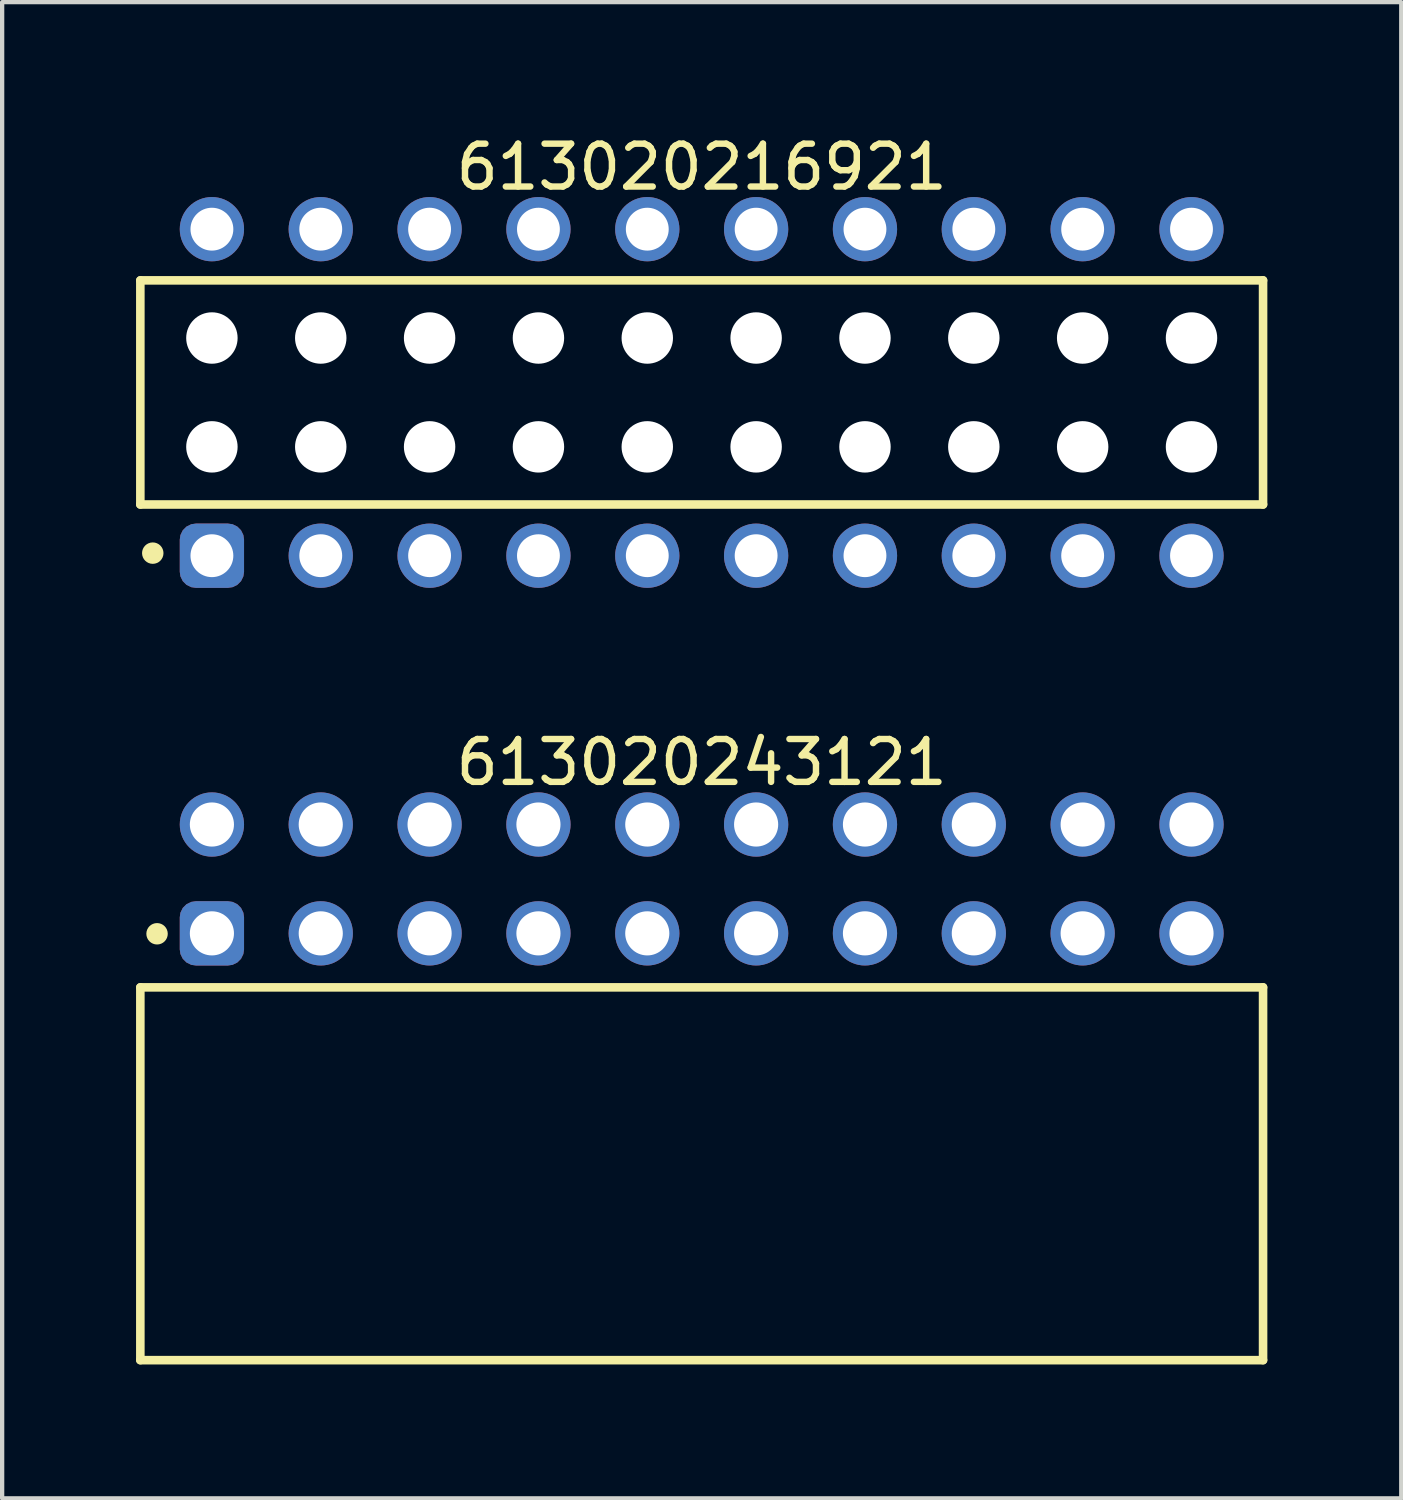
<source format=kicad_pcb>
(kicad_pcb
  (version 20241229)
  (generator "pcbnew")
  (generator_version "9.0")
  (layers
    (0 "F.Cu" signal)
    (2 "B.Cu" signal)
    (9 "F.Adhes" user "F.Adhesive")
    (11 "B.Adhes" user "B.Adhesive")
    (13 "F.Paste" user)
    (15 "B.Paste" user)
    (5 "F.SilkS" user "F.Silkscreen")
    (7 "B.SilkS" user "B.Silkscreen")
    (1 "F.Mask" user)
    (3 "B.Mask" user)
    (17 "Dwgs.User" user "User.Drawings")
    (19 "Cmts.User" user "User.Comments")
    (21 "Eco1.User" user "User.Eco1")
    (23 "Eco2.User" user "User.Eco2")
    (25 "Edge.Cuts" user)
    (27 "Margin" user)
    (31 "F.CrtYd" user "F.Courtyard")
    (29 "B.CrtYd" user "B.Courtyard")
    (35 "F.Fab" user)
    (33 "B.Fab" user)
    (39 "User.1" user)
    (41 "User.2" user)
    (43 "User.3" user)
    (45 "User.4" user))
  (footprint "613020243121"
    (layer "F.Cu")
    (at 13.325 24.341)
    (property "Reference" "613020243121" (at 0 -9.6 0) (layer "F.SilkS") (effects (font (size 1 1) (thickness 0.15))))
    (fp_line (start -13.1 -4.35) (end 13.1 -4.35) (stroke (width 0.2) (type solid)) (layer "F.SilkS"))
    (fp_line (start -13.1 4.35) (end -13.1 -4.35) (stroke (width 0.2) (type solid)) (layer "F.SilkS"))
    (fp_line (start -13.1 4.35) (end 13.1 4.35) (stroke (width 0.2) (type solid)) (layer "F.SilkS"))
    (fp_line (start 13.1 4.35) (end 13.1 -4.35) (stroke (width 0.2) (type solid)) (layer "F.SilkS"))
    (fp_circle (center -12.71 -5.6) (end -12.71 -5.725) (stroke (width 0.25) (type solid)) (fill no) (layer "F.SilkS"))
    (fp_line (start -13.3 -9.1) (end 13.3 -9.1) (stroke (width 0.05) (type solid)) (layer "Eco2.User"))
    (fp_line (start -13.3 4.55) (end -13.3 -9.1) (stroke (width 0.05) (type solid)) (layer "Eco2.User"))
    (fp_line (start -13.3 4.55) (end 13.3 4.55) (stroke (width 0.05) (type solid)) (layer "Eco2.User"))
    (fp_line (start -12.95 -4.25) (end 12.95 -4.25) (stroke (width 0.1) (type solid)) (layer "Eco2.User"))
    (fp_line (start -12.95 4.25) (end -12.95 -4.25) (stroke (width 0.1) (type solid)) (layer "Eco2.User"))
    (fp_line (start -12.95 4.25) (end 12.95 4.25) (stroke (width 0.1) (type solid)) (layer "Eco2.User"))
    (fp_line (start -11.8 -8.35) (end -11.06 -8.35) (stroke (width 0.1) (type solid)) (layer "Eco2.User"))
    (fp_line (start -11.8 -5.81) (end -11.06 -5.81) (stroke (width 0.1) (type solid)) (layer "Eco2.User"))
    (fp_line (start -11.8 -4.25) (end -11.8 -8.35) (stroke (width 0.1) (type solid)) (layer "Eco2.User"))
    (fp_line (start -11.06 -4.25) (end -11.06 -8.35) (stroke (width 0.1) (type solid)) (layer "Eco2.User"))
    (fp_line (start -9.26 -8.35) (end -8.52 -8.35) (stroke (width 0.1) (type solid)) (layer "Eco2.User"))
    (fp_line (start -9.26 -5.81) (end -8.52 -5.81) (stroke (width 0.1) (type solid)) (layer "Eco2.User"))
    (fp_line (start -9.26 -4.25) (end -9.26 -8.35) (stroke (width 0.1) (type solid)) (layer "Eco2.User"))
    (fp_line (start -8.52 -4.25) (end -8.52 -8.35) (stroke (width 0.1) (type solid)) (layer "Eco2.User"))
    (fp_line (start -6.72 -8.35) (end -5.98 -8.35) (stroke (width 0.1) (type solid)) (layer "Eco2.User"))
    (fp_line (start -6.72 -5.81) (end -5.98 -5.81) (stroke (width 0.1) (type solid)) (layer "Eco2.User"))
    (fp_line (start -6.72 -4.25) (end -6.72 -8.35) (stroke (width 0.1) (type solid)) (layer "Eco2.User"))
    (fp_line (start -5.98 -4.25) (end -5.98 -8.35) (stroke (width 0.1) (type solid)) (layer "Eco2.User"))
    (fp_line (start -4.18 -8.35) (end -3.44 -8.35) (stroke (width 0.1) (type solid)) (layer "Eco2.User"))
    (fp_line (start -4.18 -5.81) (end -3.44 -5.81) (stroke (width 0.1) (type solid)) (layer "Eco2.User"))
    (fp_line (start -4.18 -4.25) (end -4.18 -8.35) (stroke (width 0.1) (type solid)) (layer "Eco2.User"))
    (fp_line (start -3.44 -4.25) (end -3.44 -8.35) (stroke (width 0.1) (type solid)) (layer "Eco2.User"))
    (fp_line (start -1.64 -8.35) (end -0.9 -8.35) (stroke (width 0.1) (type solid)) (layer "Eco2.User"))
    (fp_line (start -1.64 -5.81) (end -0.9 -5.81) (stroke (width 0.1) (type solid)) (layer "Eco2.User"))
    (fp_line (start -1.64 -4.25) (end -1.64 -8.35) (stroke (width 0.1) (type solid)) (layer "Eco2.User"))
    (fp_line (start -0.9 -4.25) (end -0.9 -8.35) (stroke (width 0.1) (type solid)) (layer "Eco2.User"))
    (fp_line (start -0.5 0) (end 0.5 0) (stroke (width 0.05) (type solid)) (layer "Eco2.User"))
    (fp_line (start 0 0.5) (end 0 -0.5) (stroke (width 0.05) (type solid)) (layer "Eco2.User"))
    (fp_line (start 0.9 -8.35) (end 1.64 -8.35) (stroke (width 0.1) (type solid)) (layer "Eco2.User"))
    (fp_line (start 0.9 -5.81) (end 1.64 -5.81) (stroke (width 0.1) (type solid)) (layer "Eco2.User"))
    (fp_line (start 0.9 -4.25) (end 0.9 -8.35) (stroke (width 0.1) (type solid)) (layer "Eco2.User"))
    (fp_line (start 1.64 -4.25) (end 1.64 -8.35) (stroke (width 0.1) (type solid)) (layer "Eco2.User"))
    (fp_line (start 3.44 -8.35) (end 4.18 -8.35) (stroke (width 0.1) (type solid)) (layer "Eco2.User"))
    (fp_line (start 3.44 -5.81) (end 4.18 -5.81) (stroke (width 0.1) (type solid)) (layer "Eco2.User"))
    (fp_line (start 3.44 -4.25) (end 3.44 -8.35) (stroke (width 0.1) (type solid)) (layer "Eco2.User"))
    (fp_line (start 4.18 -4.25) (end 4.18 -8.35) (stroke (width 0.1) (type solid)) (layer "Eco2.User"))
    (fp_line (start 5.98 -8.35) (end 6.72 -8.35) (stroke (width 0.1) (type solid)) (layer "Eco2.User"))
    (fp_line (start 5.98 -5.81) (end 6.72 -5.81) (stroke (width 0.1) (type solid)) (layer "Eco2.User"))
    (fp_line (start 5.98 -4.25) (end 5.98 -8.35) (stroke (width 0.1) (type solid)) (layer "Eco2.User"))
    (fp_line (start 6.72 -4.25) (end 6.72 -8.35) (stroke (width 0.1) (type solid)) (layer "Eco2.User"))
    (fp_line (start 8.52 -8.35) (end 9.26 -8.35) (stroke (width 0.1) (type solid)) (layer "Eco2.User"))
    (fp_line (start 8.52 -5.81) (end 9.26 -5.81) (stroke (width 0.1) (type solid)) (layer "Eco2.User"))
    (fp_line (start 8.52 -4.25) (end 8.52 -8.35) (stroke (width 0.1) (type solid)) (layer "Eco2.User"))
    (fp_line (start 9.26 -4.25) (end 9.26 -8.35) (stroke (width 0.1) (type solid)) (layer "Eco2.User"))
    (fp_line (start 11.06 -8.35) (end 11.8 -8.35) (stroke (width 0.1) (type solid)) (layer "Eco2.User"))
    (fp_line (start 11.06 -5.81) (end 11.8 -5.81) (stroke (width 0.1) (type solid)) (layer "Eco2.User"))
    (fp_line (start 11.06 -4.25) (end 11.06 -8.35) (stroke (width 0.1) (type solid)) (layer "Eco2.User"))
    (fp_line (start 11.8 -4.25) (end 11.8 -8.35) (stroke (width 0.1) (type solid)) (layer "Eco2.User"))
    (fp_line (start 12.95 4.25) (end 12.95 -4.25) (stroke (width 0.1) (type solid)) (layer "Eco2.User"))
    (fp_line (start 13.3 4.55) (end 13.3 -9.1) (stroke (width 0.05) (type solid)) (layer "Eco2.User"))
    (fp_text user "${REFERENCE}" (at 0.15 -0.197 0) (unlocked yes) (layer "User.3") (effects (font (size 1.5 1.5) (thickness 0.15))))
    (pad "1" thru_hole roundrect (at -11.43 -5.61) (size 1.5 1.5) (drill 1.03) (layers "*.Cu" "*.Mask") (roundrect_rratio 0.25))
    (pad "2" thru_hole circle (at -11.43 -8.15) (size 1.5 1.5) (drill 1.03) (layers "*.Cu" "*.Mask"))
    (pad "3" thru_hole circle (at -8.89 -5.61) (size 1.5 1.5) (drill 1.03) (layers "*.Cu" "*.Mask"))
    (pad "4" thru_hole circle (at -8.89 -8.15) (size 1.5 1.5) (drill 1.03) (layers "*.Cu" "*.Mask"))
    (pad "5" thru_hole circle (at -6.35 -5.61) (size 1.5 1.5) (drill 1.03) (layers "*.Cu" "*.Mask"))
    (pad "6" thru_hole circle (at -6.35 -8.15) (size 1.5 1.5) (drill 1.03) (layers "*.Cu" "*.Mask"))
    (pad "7" thru_hole circle (at -3.81 -5.61) (size 1.5 1.5) (drill 1.03) (layers "*.Cu" "*.Mask"))
    (pad "8" thru_hole circle (at -3.81 -8.15) (size 1.5 1.5) (drill 1.03) (layers "*.Cu" "*.Mask"))
    (pad "9" thru_hole circle (at -1.27 -5.61) (size 1.5 1.5) (drill 1.03) (layers "*.Cu" "*.Mask"))
    (pad "10" thru_hole circle (at -1.27 -8.15) (size 1.5 1.5) (drill 1.03) (layers "*.Cu" "*.Mask"))
    (pad "11" thru_hole circle (at 1.27 -5.61) (size 1.5 1.5) (drill 1.03) (layers "*.Cu" "*.Mask"))
    (pad "12" thru_hole circle (at 1.27 -8.15) (size 1.5 1.5) (drill 1.03) (layers "*.Cu" "*.Mask"))
    (pad "13" thru_hole circle (at 3.81 -5.61) (size 1.5 1.5) (drill 1.03) (layers "*.Cu" "*.Mask"))
    (pad "14" thru_hole circle (at 3.81 -8.15) (size 1.5 1.5) (drill 1.03) (layers "*.Cu" "*.Mask"))
    (pad "15" thru_hole circle (at 6.35 -5.61) (size 1.5 1.5) (drill 1.03) (layers "*.Cu" "*.Mask"))
    (pad "16" thru_hole circle (at 6.35 -8.15) (size 1.5 1.5) (drill 1.03) (layers "*.Cu" "*.Mask"))
    (pad "17" thru_hole circle (at 8.89 -5.61) (size 1.5 1.5) (drill 1.03) (layers "*.Cu" "*.Mask"))
    (pad "18" thru_hole circle (at 8.89 -8.15) (size 1.5 1.5) (drill 1.03) (layers "*.Cu" "*.Mask"))
    (pad "19" thru_hole circle (at 11.43 -5.61) (size 1.5 1.5) (drill 1.03) (layers "*.Cu" "*.Mask"))
    (pad "20" thru_hole circle (at 11.43 -8.15) (size 1.5 1.5) (drill 1.03) (layers "*.Cu" "*.Mask")))
  (footprint "613020216921"
    (layer "F.Cu")
    (at 13.325 6.108)
    (property "Reference" "613020216921" (at 0 -5.26 0) (layer "F.SilkS") (effects (font (size 1 1) (thickness 0.15))))
    (fp_line (start -13.1 -2.615) (end 13.1 -2.615) (stroke (width 0.2) (type solid)) (layer "F.SilkS"))
    (fp_line (start -13.1 2.615) (end -13.1 -2.615) (stroke (width 0.2) (type solid)) (layer "F.SilkS"))
    (fp_line (start -13.1 2.615) (end 13.1 2.615) (stroke (width 0.2) (type solid)) (layer "F.SilkS"))
    (fp_line (start 13.1 2.615) (end 13.1 -2.615) (stroke (width 0.2) (type solid)) (layer "F.SilkS"))
    (fp_circle (center -12.81 3.75) (end -12.81 3.625) (stroke (width 0.25) (type solid)) (fill no) (layer "F.SilkS"))
    (fp_line (start -13.3 -4.76) (end 13.3 -4.76) (stroke (width 0.05) (type solid)) (layer "Eco2.User"))
    (fp_line (start -13.3 4.76) (end -13.3 -4.76) (stroke (width 0.05) (type solid)) (layer "Eco2.User"))
    (fp_line (start -13.3 4.76) (end 13.3 4.76) (stroke (width 0.05) (type solid)) (layer "Eco2.User"))
    (fp_line (start -12.95 -2.54) (end 12.95 -2.54) (stroke (width 0.1) (type solid)) (layer "Eco2.User"))
    (fp_line (start -12.95 2.54) (end -12.95 -2.54) (stroke (width 0.1) (type solid)) (layer "Eco2.User"))
    (fp_line (start -12.95 2.54) (end 12.95 2.54) (stroke (width 0.1) (type solid)) (layer "Eco2.User"))
    (fp_line (start -11.83 -3.935) (end -11.03 -3.935) (stroke (width 0.1) (type solid)) (layer "Eco2.User"))
    (fp_line (start -11.83 -2.54) (end -11.83 -3.935) (stroke (width 0.1) (type solid)) (layer "Eco2.User"))
    (fp_line (start -11.83 3.935) (end -11.83 2.54) (stroke (width 0.1) (type solid)) (layer "Eco2.User"))
    (fp_line (start -11.83 3.935) (end -11.03 3.935) (stroke (width 0.1) (type solid)) (layer "Eco2.User"))
    (fp_line (start -11.03 -2.54) (end -11.03 -3.935) (stroke (width 0.1) (type solid)) (layer "Eco2.User"))
    (fp_line (start -11.03 3.935) (end -11.03 2.54) (stroke (width 0.1) (type solid)) (layer "Eco2.User"))
    (fp_line (start -9.29 -3.935) (end -8.49 -3.935) (stroke (width 0.1) (type solid)) (layer "Eco2.User"))
    (fp_line (start -9.29 -2.54) (end -9.29 -3.935) (stroke (width 0.1) (type solid)) (layer "Eco2.User"))
    (fp_line (start -9.29 3.935) (end -9.29 2.54) (stroke (width 0.1) (type solid)) (layer "Eco2.User"))
    (fp_line (start -9.29 3.935) (end -8.49 3.935) (stroke (width 0.1) (type solid)) (layer "Eco2.User"))
    (fp_line (start -8.49 -2.54) (end -8.49 -3.935) (stroke (width 0.1) (type solid)) (layer "Eco2.User"))
    (fp_line (start -8.49 3.935) (end -8.49 2.54) (stroke (width 0.1) (type solid)) (layer "Eco2.User"))
    (fp_line (start -6.75 -3.935) (end -5.95 -3.935) (stroke (width 0.1) (type solid)) (layer "Eco2.User"))
    (fp_line (start -6.75 -2.54) (end -6.75 -3.935) (stroke (width 0.1) (type solid)) (layer "Eco2.User"))
    (fp_line (start -6.75 3.935) (end -6.75 2.54) (stroke (width 0.1) (type solid)) (layer "Eco2.User"))
    (fp_line (start -6.75 3.935) (end -5.95 3.935) (stroke (width 0.1) (type solid)) (layer "Eco2.User"))
    (fp_line (start -5.95 -2.54) (end -5.95 -3.935) (stroke (width 0.1) (type solid)) (layer "Eco2.User"))
    (fp_line (start -5.95 3.935) (end -5.95 2.54) (stroke (width 0.1) (type solid)) (layer "Eco2.User"))
    (fp_line (start -4.21 -3.935) (end -3.41 -3.935) (stroke (width 0.1) (type solid)) (layer "Eco2.User"))
    (fp_line (start -4.21 -2.54) (end -4.21 -3.935) (stroke (width 0.1) (type solid)) (layer "Eco2.User"))
    (fp_line (start -4.21 3.935) (end -4.21 2.54) (stroke (width 0.1) (type solid)) (layer "Eco2.User"))
    (fp_line (start -4.21 3.935) (end -3.41 3.935) (stroke (width 0.1) (type solid)) (layer "Eco2.User"))
    (fp_line (start -3.41 -2.54) (end -3.41 -3.935) (stroke (width 0.1) (type solid)) (layer "Eco2.User"))
    (fp_line (start -3.41 3.935) (end -3.41 2.54) (stroke (width 0.1) (type solid)) (layer "Eco2.User"))
    (fp_line (start -1.67 -3.935) (end -0.87 -3.935) (stroke (width 0.1) (type solid)) (layer "Eco2.User"))
    (fp_line (start -1.67 -2.54) (end -1.67 -3.935) (stroke (width 0.1) (type solid)) (layer "Eco2.User"))
    (fp_line (start -1.67 3.935) (end -1.67 2.54) (stroke (width 0.1) (type solid)) (layer "Eco2.User"))
    (fp_line (start -1.67 3.935) (end -0.87 3.935) (stroke (width 0.1) (type solid)) (layer "Eco2.User"))
    (fp_line (start -0.87 -2.54) (end -0.87 -3.935) (stroke (width 0.1) (type solid)) (layer "Eco2.User"))
    (fp_line (start -0.87 3.935) (end -0.87 2.54) (stroke (width 0.1) (type solid)) (layer "Eco2.User"))
    (fp_line (start -0.5 0) (end 0.5 0) (stroke (width 0.05) (type solid)) (layer "Eco2.User"))
    (fp_line (start 0 0.5) (end 0 -0.5) (stroke (width 0.05) (type solid)) (layer "Eco2.User"))
    (fp_line (start 0.87 -3.935) (end 1.67 -3.935) (stroke (width 0.1) (type solid)) (layer "Eco2.User"))
    (fp_line (start 0.87 -2.54) (end 0.87 -3.935) (stroke (width 0.1) (type solid)) (layer "Eco2.User"))
    (fp_line (start 0.87 3.935) (end 0.87 2.54) (stroke (width 0.1) (type solid)) (layer "Eco2.User"))
    (fp_line (start 0.87 3.935) (end 1.67 3.935) (stroke (width 0.1) (type solid)) (layer "Eco2.User"))
    (fp_line (start 1.67 -2.54) (end 1.67 -3.935) (stroke (width 0.1) (type solid)) (layer "Eco2.User"))
    (fp_line (start 1.67 3.935) (end 1.67 2.54) (stroke (width 0.1) (type solid)) (layer "Eco2.User"))
    (fp_line (start 3.41 -3.935) (end 4.21 -3.935) (stroke (width 0.1) (type solid)) (layer "Eco2.User"))
    (fp_line (start 3.41 -2.54) (end 3.41 -3.935) (stroke (width 0.1) (type solid)) (layer "Eco2.User"))
    (fp_line (start 3.41 3.935) (end 3.41 2.54) (stroke (width 0.1) (type solid)) (layer "Eco2.User"))
    (fp_line (start 3.41 3.935) (end 4.21 3.935) (stroke (width 0.1) (type solid)) (layer "Eco2.User"))
    (fp_line (start 4.21 -2.54) (end 4.21 -3.935) (stroke (width 0.1) (type solid)) (layer "Eco2.User"))
    (fp_line (start 4.21 3.935) (end 4.21 2.54) (stroke (width 0.1) (type solid)) (layer "Eco2.User"))
    (fp_line (start 5.95 -3.935) (end 6.75 -3.935) (stroke (width 0.1) (type solid)) (layer "Eco2.User"))
    (fp_line (start 5.95 -2.54) (end 5.95 -3.935) (stroke (width 0.1) (type solid)) (layer "Eco2.User"))
    (fp_line (start 5.95 3.935) (end 5.95 2.54) (stroke (width 0.1) (type solid)) (layer "Eco2.User"))
    (fp_line (start 5.95 3.935) (end 6.75 3.935) (stroke (width 0.1) (type solid)) (layer "Eco2.User"))
    (fp_line (start 6.75 -2.54) (end 6.75 -3.935) (stroke (width 0.1) (type solid)) (layer "Eco2.User"))
    (fp_line (start 6.75 3.935) (end 6.75 2.54) (stroke (width 0.1) (type solid)) (layer "Eco2.User"))
    (fp_line (start 8.49 -3.935) (end 9.29 -3.935) (stroke (width 0.1) (type solid)) (layer "Eco2.User"))
    (fp_line (start 8.49 -2.54) (end 8.49 -3.935) (stroke (width 0.1) (type solid)) (layer "Eco2.User"))
    (fp_line (start 8.49 3.935) (end 8.49 2.54) (stroke (width 0.1) (type solid)) (layer "Eco2.User"))
    (fp_line (start 8.49 3.935) (end 9.29 3.935) (stroke (width 0.1) (type solid)) (layer "Eco2.User"))
    (fp_line (start 9.29 -2.54) (end 9.29 -3.935) (stroke (width 0.1) (type solid)) (layer "Eco2.User"))
    (fp_line (start 9.29 3.935) (end 9.29 2.54) (stroke (width 0.1) (type solid)) (layer "Eco2.User"))
    (fp_line (start 11.03 -3.935) (end 11.83 -3.935) (stroke (width 0.1) (type solid)) (layer "Eco2.User"))
    (fp_line (start 11.03 -2.54) (end 11.03 -3.935) (stroke (width 0.1) (type solid)) (layer "Eco2.User"))
    (fp_line (start 11.03 3.935) (end 11.03 2.54) (stroke (width 0.1) (type solid)) (layer "Eco2.User"))
    (fp_line (start 11.03 3.935) (end 11.83 3.935) (stroke (width 0.1) (type solid)) (layer "Eco2.User"))
    (fp_line (start 11.83 -2.54) (end 11.83 -3.935) (stroke (width 0.1) (type solid)) (layer "Eco2.User"))
    (fp_line (start 11.83 3.935) (end 11.83 2.54) (stroke (width 0.1) (type solid)) (layer "Eco2.User"))
    (fp_line (start 12.95 2.54) (end 12.95 -2.54) (stroke (width 0.1) (type solid)) (layer "Eco2.User"))
    (fp_line (start 13.3 4.76) (end 13.3 -4.76) (stroke (width 0.05) (type solid)) (layer "Eco2.User"))
    (fp_text user "${REFERENCE}" (at 0.15 -0.197 0) (unlocked yes) (layer "User.3") (effects (font (size 1.5 1.5) (thickness 0.15))))
    (pad "" np_thru_hole circle (at -11.43 -1.27) (size 1.2 1.2) (drill 1.2) (layers "*.Cu" "*.Mask"))
    (pad "" np_thru_hole circle (at -11.43 1.27) (size 1.2 1.2) (drill 1.2) (layers "*.Cu" "*.Mask"))
    (pad "" np_thru_hole circle (at -8.89 -1.27) (size 1.2 1.2) (drill 1.2) (layers "*.Cu" "*.Mask"))
    (pad "" np_thru_hole circle (at -8.89 1.27) (size 1.2 1.2) (drill 1.2) (layers "*.Cu" "*.Mask"))
    (pad "" np_thru_hole circle (at -6.35 -1.27) (size 1.2 1.2) (drill 1.2) (layers "*.Cu" "*.Mask"))
    (pad "" np_thru_hole circle (at -6.35 1.27) (size 1.2 1.2) (drill 1.2) (layers "*.Cu" "*.Mask"))
    (pad "" np_thru_hole circle (at -3.81 -1.27) (size 1.2 1.2) (drill 1.2) (layers "*.Cu" "*.Mask"))
    (pad "" np_thru_hole circle (at -3.81 1.27) (size 1.2 1.2) (drill 1.2) (layers "*.Cu" "*.Mask"))
    (pad "" np_thru_hole circle (at -1.27 -1.27) (size 1.2 1.2) (drill 1.2) (layers "*.Cu" "*.Mask"))
    (pad "" np_thru_hole circle (at -1.27 1.27) (size 1.2 1.2) (drill 1.2) (layers "*.Cu" "*.Mask"))
    (pad "" np_thru_hole circle (at 1.27 -1.27) (size 1.2 1.2) (drill 1.2) (layers "*.Cu" "*.Mask"))
    (pad "" np_thru_hole circle (at 1.27 1.27) (size 1.2 1.2) (drill 1.2) (layers "*.Cu" "*.Mask"))
    (pad "" np_thru_hole circle (at 3.81 -1.27) (size 1.2 1.2) (drill 1.2) (layers "*.Cu" "*.Mask"))
    (pad "" np_thru_hole circle (at 3.81 1.27) (size 1.2 1.2) (drill 1.2) (layers "*.Cu" "*.Mask"))
    (pad "" np_thru_hole circle (at 6.35 -1.27) (size 1.2 1.2) (drill 1.2) (layers "*.Cu" "*.Mask"))
    (pad "" np_thru_hole circle (at 6.35 1.27) (size 1.2 1.2) (drill 1.2) (layers "*.Cu" "*.Mask"))
    (pad "" np_thru_hole circle (at 8.89 -1.27) (size 1.2 1.2) (drill 1.2) (layers "*.Cu" "*.Mask"))
    (pad "" np_thru_hole circle (at 8.89 1.27) (size 1.2 1.2) (drill 1.2) (layers "*.Cu" "*.Mask"))
    (pad "" np_thru_hole circle (at 11.43 -1.27) (size 1.2 1.2) (drill 1.2) (layers "*.Cu" "*.Mask"))
    (pad "" np_thru_hole circle (at 11.43 1.27) (size 1.2 1.2) (drill 1.2) (layers "*.Cu" "*.Mask"))
    (pad "1" thru_hole roundrect (at -11.43 3.81) (size 1.5 1.5) (drill 1) (layers "*.Cu" "*.Mask") (roundrect_rratio 0.25))
    (pad "2" thru_hole circle (at -11.43 -3.81) (size 1.5 1.5) (drill 1) (layers "*.Cu" "*.Mask"))
    (pad "3" thru_hole circle (at -8.89 3.81) (size 1.5 1.5) (drill 1) (layers "*.Cu" "*.Mask"))
    (pad "4" thru_hole circle (at -8.89 -3.81) (size 1.5 1.5) (drill 1) (layers "*.Cu" "*.Mask"))
    (pad "5" thru_hole circle (at -6.35 3.81) (size 1.5 1.5) (drill 1) (layers "*.Cu" "*.Mask"))
    (pad "6" thru_hole circle (at -6.35 -3.81) (size 1.5 1.5) (drill 1) (layers "*.Cu" "*.Mask"))
    (pad "7" thru_hole circle (at -3.81 3.81) (size 1.5 1.5) (drill 1) (layers "*.Cu" "*.Mask"))
    (pad "8" thru_hole circle (at -3.81 -3.81) (size 1.5 1.5) (drill 1) (layers "*.Cu" "*.Mask"))
    (pad "9" thru_hole circle (at -1.27 3.81) (size 1.5 1.5) (drill 1) (layers "*.Cu" "*.Mask"))
    (pad "10" thru_hole circle (at -1.27 -3.81) (size 1.5 1.5) (drill 1) (layers "*.Cu" "*.Mask"))
    (pad "11" thru_hole circle (at 1.27 3.81) (size 1.5 1.5) (drill 1) (layers "*.Cu" "*.Mask"))
    (pad "12" thru_hole circle (at 1.27 -3.81) (size 1.5 1.5) (drill 1) (layers "*.Cu" "*.Mask"))
    (pad "13" thru_hole circle (at 3.81 3.81) (size 1.5 1.5) (drill 1) (layers "*.Cu" "*.Mask"))
    (pad "14" thru_hole circle (at 3.81 -3.81) (size 1.5 1.5) (drill 1) (layers "*.Cu" "*.Mask"))
    (pad "15" thru_hole circle (at 6.35 3.81) (size 1.5 1.5) (drill 1) (layers "*.Cu" "*.Mask"))
    (pad "16" thru_hole circle (at 6.35 -3.81) (size 1.5 1.5) (drill 1) (layers "*.Cu" "*.Mask"))
    (pad "17" thru_hole circle (at 8.89 3.81) (size 1.5 1.5) (drill 1) (layers "*.Cu" "*.Mask"))
    (pad "18" thru_hole circle (at 8.89 -3.81) (size 1.5 1.5) (drill 1) (layers "*.Cu" "*.Mask"))
    (pad "19" thru_hole circle (at 11.43 3.81) (size 1.5 1.5) (drill 1) (layers "*.Cu" "*.Mask"))
    (pad "20" thru_hole circle (at 11.43 -3.81) (size 1.5 1.5) (drill 1) (layers "*.Cu" "*.Mask")))
  (gr_rect
    (start -3 -3)
    (end 29.65 31.916)
    (stroke (width 0.1) (type default))
    (fill no)
    (layer "Edge.Cuts")))
</source>
